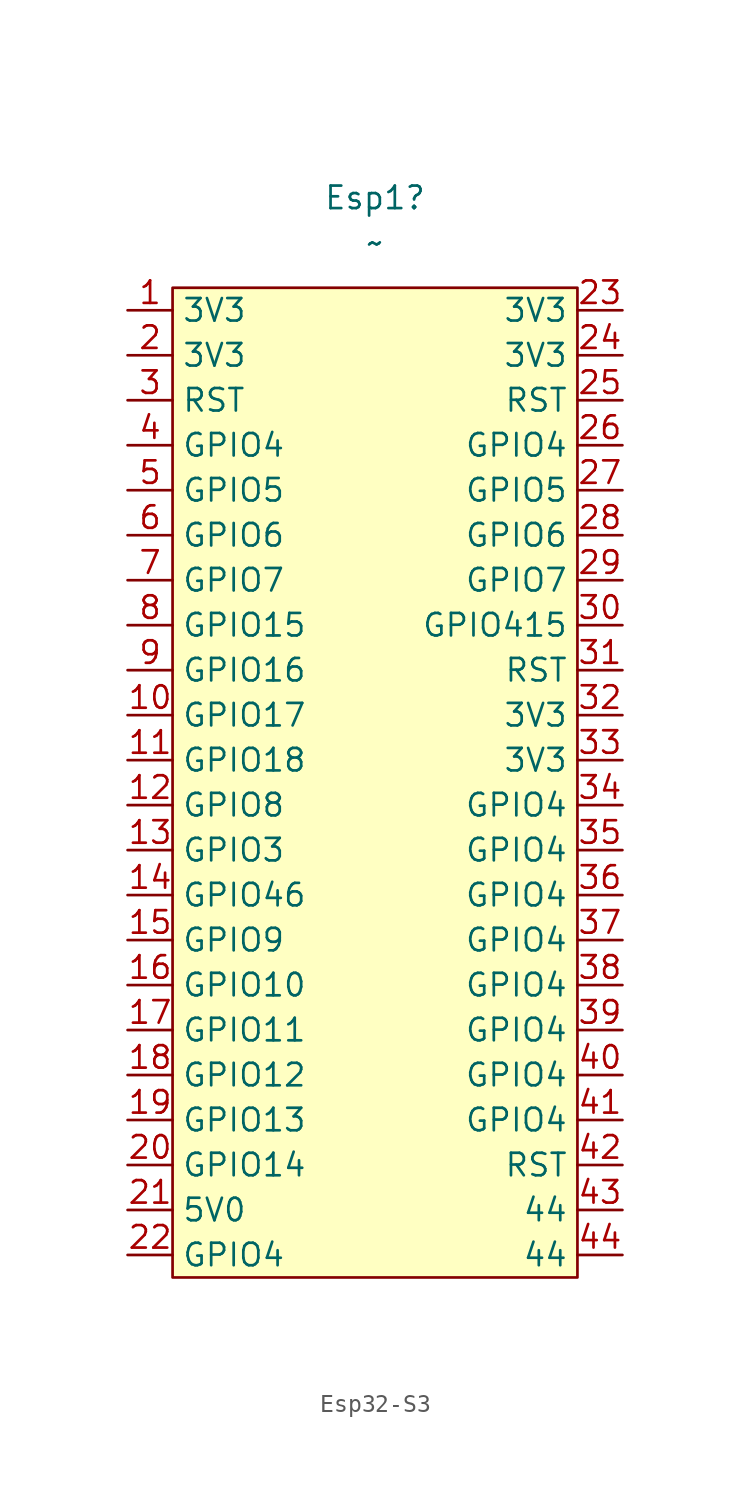
<source format=kicad_sym>
(kicad_symbol_lib
  (version 20241209)
  (generator "kicad_symbol_editor")
  (generator_version "9.0")
  (symbol "Esp32-S3"
    (property "Reference" "Esp1"
      (at -41.91 0 0)
      (effects (font (size 1.27 1.27))))
    (property "Value" "~"
      (at -41.91 -2.54 0)
      (effects (font (size 1.27 1.27))))
    (symbol "Esp32-S3_1_1"
      (rectangle (start -53.34 -5.08) (end -30.48 -60.96) (stroke (width 0) (type solid)) (fill (type background)))
      (pin input line (at -55.88 -6.35 0) (length 2.54) (name "3V3" (effects (font (size 1.27 1.27)))) (number "1" (effects (font (size 1.27 1.27)))))
      (pin input line (at -55.88 -8.89 0) (length 2.54) (name "3V3" (effects (font (size 1.27 1.27)))) (number "2" (effects (font (size 1.27 1.27)))))
      (pin input line (at -55.88 -11.43 0) (length 2.54) (name "RST" (effects (font (size 1.27 1.27)))) (number "3" (effects (font (size 1.27 1.27)))))
      (pin input line (at -55.88 -13.97 0) (length 2.54) (name "GPIO4" (effects (font (size 1.27 1.27)))) (number "4" (effects (font (size 1.27 1.27)))))
      (pin input line (at -55.88 -16.51 0) (length 2.54) (name "GPIO5" (effects (font (size 1.27 1.27)))) (number "5" (effects (font (size 1.27 1.27)))))
      (pin input line (at -55.88 -19.05 0) (length 2.54) (name "GPIO6" (effects (font (size 1.27 1.27)))) (number "6" (effects (font (size 1.27 1.27)))))
      (pin input line (at -55.88 -21.59 0) (length 2.54) (name "GPIO7" (effects (font (size 1.27 1.27)))) (number "7" (effects (font (size 1.27 1.27)))))
      (pin input line (at -55.88 -24.13 0) (length 2.54) (name "GPIO15" (effects (font (size 1.27 1.27)))) (number "8" (effects (font (size 1.27 1.27)))))
      (pin input line (at -55.88 -26.67 0) (length 2.54) (name "GPIO16" (effects (font (size 1.27 1.27)))) (number "9" (effects (font (size 1.27 1.27)))))
      (pin input line (at -55.88 -29.21 0) (length 2.54) (name "GPIO17" (effects (font (size 1.27 1.27)))) (number "10" (effects (font (size 1.27 1.27)))))
      (pin input line (at -55.88 -31.75 0) (length 2.54) (name "GPIO18" (effects (font (size 1.27 1.27)))) (number "11" (effects (font (size 1.27 1.27)))))
      (pin input line (at -55.88 -34.29 0) (length 2.54) (name "GPIO8" (effects (font (size 1.27 1.27)))) (number "12" (effects (font (size 1.27 1.27)))))
      (pin input line (at -55.88 -36.83 0) (length 2.54) (name "GPIO3" (effects (font (size 1.27 1.27)))) (number "13" (effects (font (size 1.27 1.27)))))
      (pin input line (at -55.88 -39.37 0) (length 2.54) (name "GPIO46" (effects (font (size 1.27 1.27)))) (number "14" (effects (font (size 1.27 1.27)))))
      (pin input line (at -55.88 -41.91 0) (length 2.54) (name "GPIO9" (effects (font (size 1.27 1.27)))) (number "15" (effects (font (size 1.27 1.27)))))
      (pin input line (at -55.88 -44.45 0) (length 2.54) (name "GPIO10" (effects (font (size 1.27 1.27)))) (number "16" (effects (font (size 1.27 1.27)))))
      (pin input line (at -55.88 -46.99 0) (length 2.54) (name "GPIO11" (effects (font (size 1.27 1.27)))) (number "17" (effects (font (size 1.27 1.27)))))
      (pin input line (at -55.88 -49.53 0) (length 2.54) (name "GPIO12" (effects (font (size 1.27 1.27)))) (number "18" (effects (font (size 1.27 1.27)))))
      (pin input line (at -55.88 -52.07 0) (length 2.54) (name "GPIO13" (effects (font (size 1.27 1.27)))) (number "19" (effects (font (size 1.27 1.27)))))
      (pin input line (at -55.88 -54.61 0) (length 2.54) (name "GPIO14" (effects (font (size 1.27 1.27)))) (number "20" (effects (font (size 1.27 1.27)))))
      (pin input line (at -55.88 -57.15 0) (length 2.54) (name "5V0" (effects (font (size 1.27 1.27)))) (number "21" (effects (font (size 1.27 1.27)))))
      (pin input line (at -55.88 -59.69 0) (length 2.54) (name "GPIO4" (effects (font (size 1.27 1.27)))) (number "22" (effects (font (size 1.27 1.27)))))
      (pin input line (at -27.94 -6.35 180) (length 2.54) (name "3V3" (effects (font (size 1.27 1.27)))) (number "23" (effects (font (size 1.27 1.27)))))
      (pin input line (at -27.94 -8.89 180) (length 2.54) (name "3V3" (effects (font (size 1.27 1.27)))) (number "24" (effects (font (size 1.27 1.27)))))
      (pin input line (at -27.94 -11.43 180) (length 2.54) (name "RST" (effects (font (size 1.27 1.27)))) (number "25" (effects (font (size 1.27 1.27)))))
      (pin input line (at -27.94 -13.97 180) (length 2.54) (name "GPIO4" (effects (font (size 1.27 1.27)))) (number "26" (effects (font (size 1.27 1.27)))))
      (pin input line (at -27.94 -16.51 180) (length 2.54) (name "GPIO5" (effects (font (size 1.27 1.27)))) (number "27" (effects (font (size 1.27 1.27)))))
      (pin input line (at -27.94 -19.05 180) (length 2.54) (name "GPIO6" (effects (font (size 1.27 1.27)))) (number "28" (effects (font (size 1.27 1.27)))))
      (pin input line (at -27.94 -21.59 180) (length 2.54) (name "GPIO7" (effects (font (size 1.27 1.27)))) (number "29" (effects (font (size 1.27 1.27)))))
      (pin input line (at -27.94 -24.13 180) (length 2.54) (name "GPIO415" (effects (font (size 1.27 1.27)))) (number "30" (effects (font (size 1.27 1.27)))))
      (pin input line (at -27.94 -26.67 180) (length 2.54) (name "RST" (effects (font (size 1.27 1.27)))) (number "31" (effects (font (size 1.27 1.27)))))
      (pin input line (at -27.94 -29.21 180) (length 2.54) (name "3V3" (effects (font (size 1.27 1.27)))) (number "32" (effects (font (size 1.27 1.27)))))
      (pin input line (at -27.94 -31.75 180) (length 2.54) (name "3V3" (effects (font (size 1.27 1.27)))) (number "33" (effects (font (size 1.27 1.27)))))
      (pin input line (at -27.94 -34.29 180) (length 2.54) (name "GPIO4" (effects (font (size 1.27 1.27)))) (number "34" (effects (font (size 1.27 1.27)))))
      (pin input line (at -27.94 -36.83 180) (length 2.54) (name "GPIO4" (effects (font (size 1.27 1.27)))) (number "35" (effects (font (size 1.27 1.27)))))
      (pin input line (at -27.94 -39.37 180) (length 2.54) (name "GPIO4" (effects (font (size 1.27 1.27)))) (number "36" (effects (font (size 1.27 1.27)))))
      (pin input line (at -27.94 -41.91 180) (length 2.54) (name "GPIO4" (effects (font (size 1.27 1.27)))) (number "37" (effects (font (size 1.27 1.27)))))
      (pin input line (at -27.94 -44.45 180) (length 2.54) (name "GPIO4" (effects (font (size 1.27 1.27)))) (number "38" (effects (font (size 1.27 1.27)))))
      (pin input line (at -27.94 -46.99 180) (length 2.54) (name "GPIO4" (effects (font (size 1.27 1.27)))) (number "39" (effects (font (size 1.27 1.27)))))
      (pin input line (at -27.94 -49.53 180) (length 2.54) (name "GPIO4" (effects (font (size 1.27 1.27)))) (number "40" (effects (font (size 1.27 1.27)))))
      (pin input line (at -27.94 -52.07 180) (length 2.54) (name "GPIO4" (effects (font (size 1.27 1.27)))) (number "41" (effects (font (size 1.27 1.27)))))
      (pin input line (at -27.94 -54.61 180) (length 2.54) (name "RST" (effects (font (size 1.27 1.27)))) (number "42" (effects (font (size 1.27 1.27)))))
      (pin input line (at -27.94 -57.15 180) (length 2.54) (name "44" (effects (font (size 1.27 1.27)))) (number "43" (effects (font (size 1.27 1.27)))))
      (pin input line (at -27.94 -59.69 180) (length 2.54) (name "44" (effects (font (size 1.27 1.27)))) (number "44" (effects (font (size 1.27 1.27))))))))
</source>
